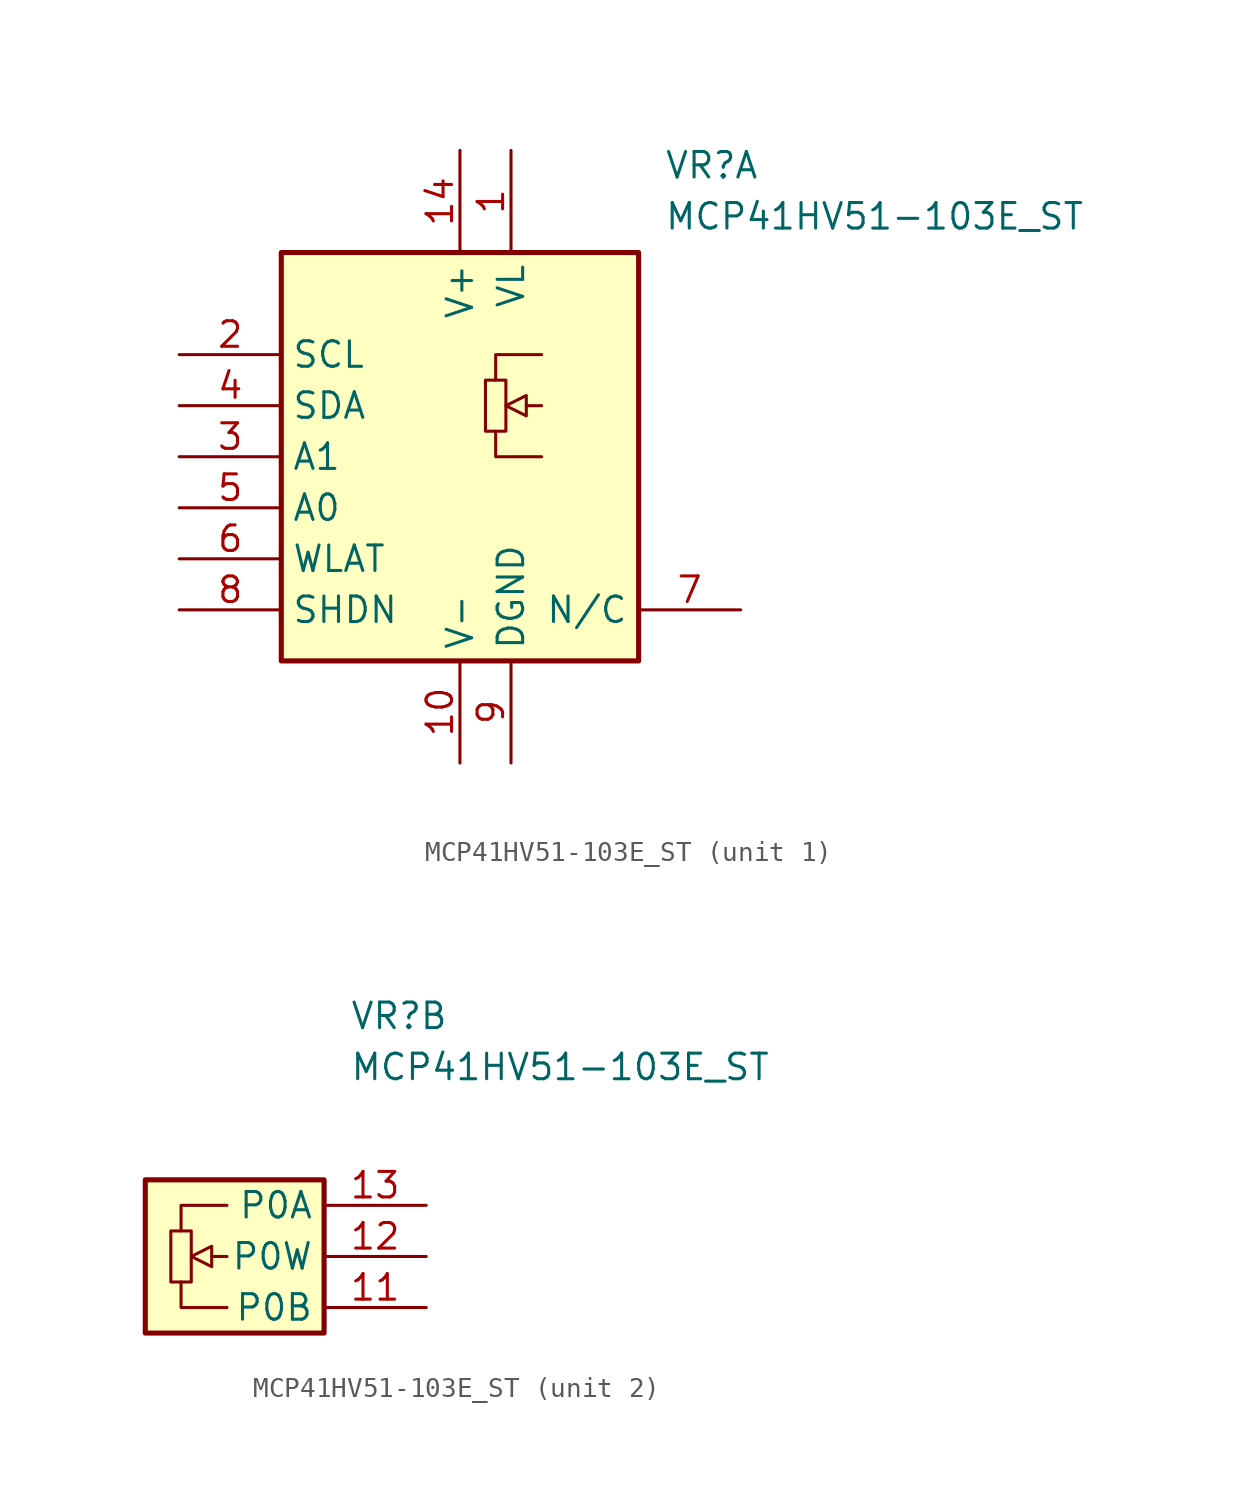
<source format=kicad_sym>
(kicad_symbol_lib
  (version 20241209)
  (generator "kicad_symbol_editor")
  (generator_version "9.0")
  (symbol "MCP41HV51-103E_ST"
    (property "Reference" "VR"
      (at 24.13 7.62 0)
      (effects (font (size 1.27 1.27)) (justify left top)))
    (property "Value" "MCP41HV51-103E_ST"
      (at 24.13 5.08 0)
      (effects (font (size 1.27 1.27)) (justify left top)))
    (property "ki_locked" ""
      (at 0 0 0)
      (effects (font (size 1.27 1.27))))
    (symbol "MCP41HV51-103E_ST_0_1"
      (rectangle (start 15.24 -3.81) (end 16.256 -6.35) (stroke (width 0) (type default)) (fill (type none)))
      (polyline (pts (xy 15.748 -6.35) (xy 15.748 -7.62) (xy 18.034 -7.62)) (stroke (width 0) (type default)) (fill (type none)))
      (polyline (pts (xy 17.272 -4.572) (xy 16.256 -5.08) (xy 17.272 -5.588) (xy 17.272 -4.572)) (stroke (width 0) (type default)) (fill (type none)))
      (polyline (pts (xy 17.272 -5.08) (xy 18.034 -5.08)) (stroke (width 0) (type default)) (fill (type none)))
      (polyline (pts (xy 18.034 -2.54) (xy 15.748 -2.54) (xy 15.748 -3.81)) (stroke (width 0) (type default)) (fill (type none))))
    (symbol "MCP41HV51-103E_ST_1_1"
      (rectangle (start 5.08 2.54) (end 22.86 -17.78) (stroke (width 0.254) (type default)) (fill (type background)))
      (pin passive line (at 0 -2.54 0) (length 5.08) (name "SCL" (effects (font (size 1.27 1.27)))) (number "2" (effects (font (size 1.27 1.27)))))
      (pin passive line (at 0 -5.08 0) (length 5.08) (name "SDA" (effects (font (size 1.27 1.27)))) (number "4" (effects (font (size 1.27 1.27)))))
      (pin passive line (at 0 -7.62 0) (length 5.08) (name "A1" (effects (font (size 1.27 1.27)))) (number "3" (effects (font (size 1.27 1.27)))))
      (pin passive line (at 0 -10.16 0) (length 5.08) (name "A0" (effects (font (size 1.27 1.27)))) (number "5" (effects (font (size 1.27 1.27)))))
      (pin passive line (at 0 -12.7 0) (length 5.08) (name "WLAT" (effects (font (size 1.27 1.27)))) (number "6" (effects (font (size 1.27 1.27)))))
      (pin passive line (at 0 -15.24 0) (length 5.08) (name "SHDN" (effects (font (size 1.27 1.27)))) (number "8" (effects (font (size 1.27 1.27)))))
      (pin passive line (at 13.97 7.62 270) (length 5.08) (name "V+" (effects (font (size 1.27 1.27)))) (number "14" (effects (font (size 1.27 1.27)))))
      (pin passive line (at 13.97 -22.86 90) (length 5.08) (name "V-" (effects (font (size 1.27 1.27)))) (number "10" (effects (font (size 1.27 1.27)))))
      (pin passive line (at 16.51 7.62 270) (length 5.08) (name "VL" (effects (font (size 1.27 1.27)))) (number "1" (effects (font (size 1.27 1.27)))))
      (pin passive line (at 16.51 -22.86 90) (length 5.08) (name "DGND" (effects (font (size 1.27 1.27)))) (number "9" (effects (font (size 1.27 1.27)))))
      (pin passive line (at 27.94 -15.24 180) (length 5.08) (name "N/C" (effects (font (size 1.27 1.27)))) (number "7" (effects (font (size 1.27 1.27))))))
    (symbol "MCP41HV51-103E_ST_2_1"
      (rectangle (start 13.97 -1.27) (end 22.86 -8.89) (stroke (width 0.254) (type default)) (fill (type background)))
      (pin passive line (at 27.94 -2.54 180) (length 5.08) (name "P0A" (effects (font (size 1.27 1.27)))) (number "13" (effects (font (size 1.27 1.27)))))
      (pin passive line (at 27.94 -5.08 180) (length 5.08) (name "P0W" (effects (font (size 1.27 1.27)))) (number "12" (effects (font (size 1.27 1.27)))))
      (pin passive line (at 27.94 -7.62 180) (length 5.08) (name "P0B" (effects (font (size 1.27 1.27)))) (number "11" (effects (font (size 1.27 1.27))))))))
</source>
